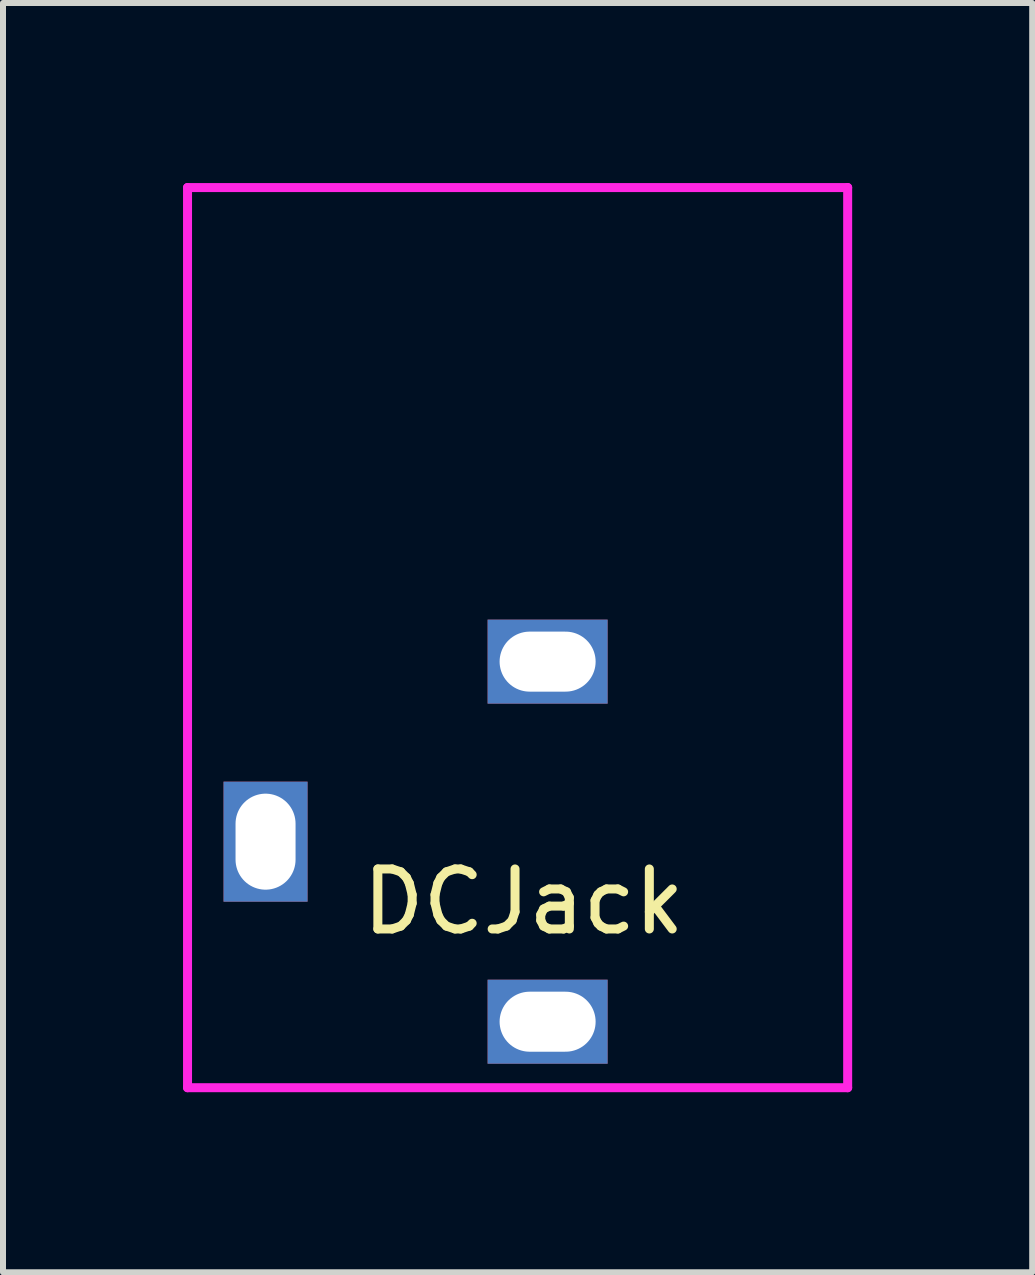
<source format=kicad_pcb>
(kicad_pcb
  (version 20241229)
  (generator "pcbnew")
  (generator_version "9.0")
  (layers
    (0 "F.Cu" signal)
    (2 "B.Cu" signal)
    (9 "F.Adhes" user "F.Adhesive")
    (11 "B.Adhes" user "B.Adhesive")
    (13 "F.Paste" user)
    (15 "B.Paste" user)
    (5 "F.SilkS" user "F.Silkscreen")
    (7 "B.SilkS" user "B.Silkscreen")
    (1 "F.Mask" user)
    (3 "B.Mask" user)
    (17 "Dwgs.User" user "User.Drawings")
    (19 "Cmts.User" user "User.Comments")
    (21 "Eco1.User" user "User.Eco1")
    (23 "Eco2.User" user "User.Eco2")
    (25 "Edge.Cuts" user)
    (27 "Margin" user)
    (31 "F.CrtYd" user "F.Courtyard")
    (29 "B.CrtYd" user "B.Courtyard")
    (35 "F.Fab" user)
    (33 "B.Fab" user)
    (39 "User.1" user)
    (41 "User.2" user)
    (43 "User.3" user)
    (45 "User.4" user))
  (footprint "DCJack"
    (layer "F.Cu")
    (at 6.075 8.075)
    (property "Reference" "DCJack" (at -0.4 3.9 0) (layer "F.SilkS") (effects (font (size 1 1) (thickness 0.15))))
    (attr through_hole)
    (fp_line (start -6 -8) (end 5 -8) (stroke (width 0.15) (type solid)) (layer "F.CrtYd"))
    (fp_line (start -6 7) (end -6 -8) (stroke (width 0.15) (type solid)) (layer "F.CrtYd"))
    (fp_line (start -6 7) (end 5 7) (stroke (width 0.15) (type solid)) (layer "F.CrtYd"))
    (fp_line (start 5 -8) (end 5 7) (stroke (width 0.15) (type solid)) (layer "F.CrtYd"))
    (pad "1" thru_hole rect (at 0 5.9) (size 2 1.4) (drill oval 1.6 1) (layers "*.Cu" "*.Mask"))
    (pad "2" thru_hole rect (at 0 -0.1) (size 2 1.4) (drill oval 1.6 1) (layers "*.Cu" "*.Mask"))
    (pad "3" thru_hole rect (at -4.7 2.9 90) (size 2 1.4) (drill oval 1.6 1) (layers "*.Cu" "*.Mask")))
  (gr_rect
    (start -3 -3)
    (end 14.15 18.15)
    (stroke (width 0.1) (type default))
    (fill no)
    (layer "Edge.Cuts")))
</source>
